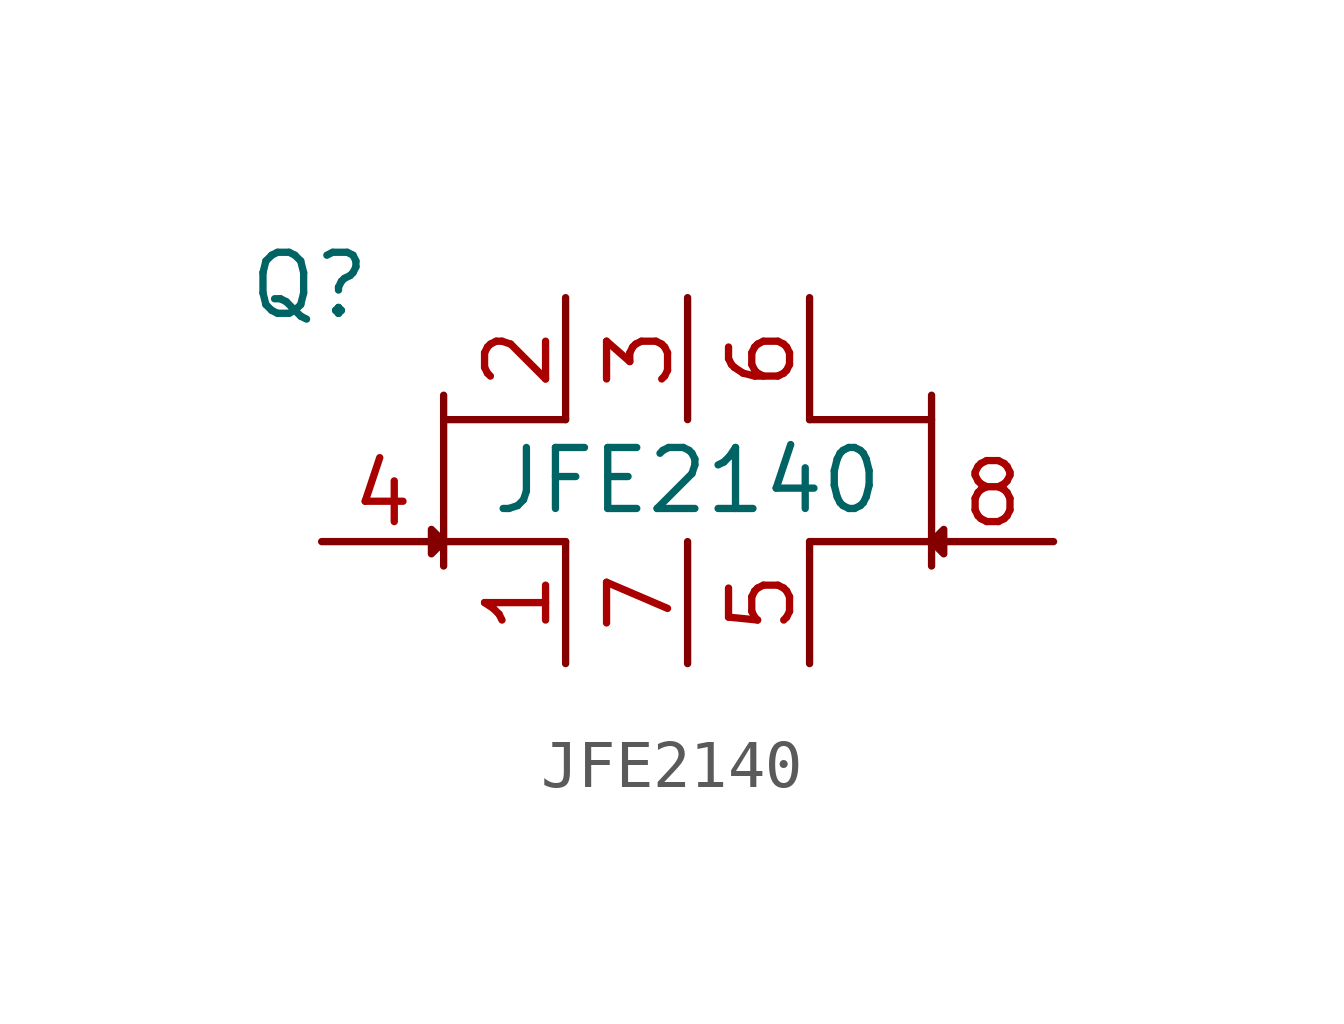
<source format=kicad_sym>
(kicad_symbol_lib
  (version 20211014)
  (generator kicad_symbol_editor)
  (symbol "JFE2140"
    (property "Reference" "Q"
      (at -7.874 0.254 0)
      (effects (font (size 1.27 1.27))))
    (property "Value" "JFE2140"
      (at 0 -3.81 0)
      (effects (font (size 1.27 1.27))))
    (symbol "JFE2140_0_1"
      (polyline (pts (xy -5.08 -5.588) (xy -5.08 -2.032)) (stroke (width 0) (type default) (color 0 0 0 0)) (fill (type none)))
      (polyline (pts (xy -5.08 -5.08) (xy -2.54 -5.08)) (stroke (width 0) (type default) (color 0 0 0 0)) (fill (type none)))
      (polyline (pts (xy -2.54 -2.54) (xy -5.08 -2.54)) (stroke (width 0) (type default) (color 0 0 0 0)) (fill (type none)))
      (polyline (pts (xy 2.54 -5.08) (xy 5.08 -5.08)) (stroke (width 0) (type default) (color 0 0 0 0)) (fill (type none)))
      (polyline (pts (xy 5.08 -2.54) (xy 2.54 -2.54)) (stroke (width 0) (type default) (color 0 0 0 0)) (fill (type none)))
      (polyline (pts (xy 5.08 -2.032) (xy 5.08 -5.588)) (stroke (width 0) (type default) (color 0 0 0 0)) (fill (type none)))
      (polyline (pts (xy -5.08 -5.08) (xy -5.334 -4.826) (xy -5.334 -5.334) (xy -5.08 -5.08)) (stroke (width 0) (type default) (color 0 0 0 0)) (fill (type none)))
      (polyline (pts (xy 5.08 -5.08) (xy 5.334 -5.334) (xy 5.334 -4.826) (xy 5.08 -5.08)) (stroke (width 0) (type default) (color 0 0 0 0)) (fill (type none))))
    (symbol "JFE2140_1_1"
      (pin input line (at -2.54 -7.62 90) (length 2.54) (name "" (effects (font (size 1.27 1.27)))) (number "1" (effects (font (size 1.27 1.27)))))
      (pin input line (at -2.54 0 270) (length 2.54) (name "" (effects (font (size 1.27 1.27)))) (number "2" (effects (font (size 1.27 1.27)))))
      (pin input line (at 0 0 270) (length 2.54) (name "" (effects (font (size 1.27 1.27)))) (number "3" (effects (font (size 1.27 1.27)))))
      (pin input line (at -7.62 -5.08 0) (length 2.54) (name "" (effects (font (size 1.27 1.27)))) (number "4" (effects (font (size 1.27 1.27)))))
      (pin input line (at 2.54 -7.62 90) (length 2.54) (name "" (effects (font (size 1.27 1.27)))) (number "5" (effects (font (size 1.27 1.27)))))
      (pin input line (at 2.54 0 270) (length 2.54) (name "" (effects (font (size 1.27 1.27)))) (number "6" (effects (font (size 1.27 1.27)))))
      (pin input line (at 0 -7.62 90) (length 2.54) (name "" (effects (font (size 1.27 1.27)))) (number "7" (effects (font (size 1.27 1.27)))))
      (pin input line (at 7.62 -5.08 180) (length 2.54) (name "" (effects (font (size 1.27 1.27)))) (number "8" (effects (font (size 1.27 1.27))))))))
</source>
